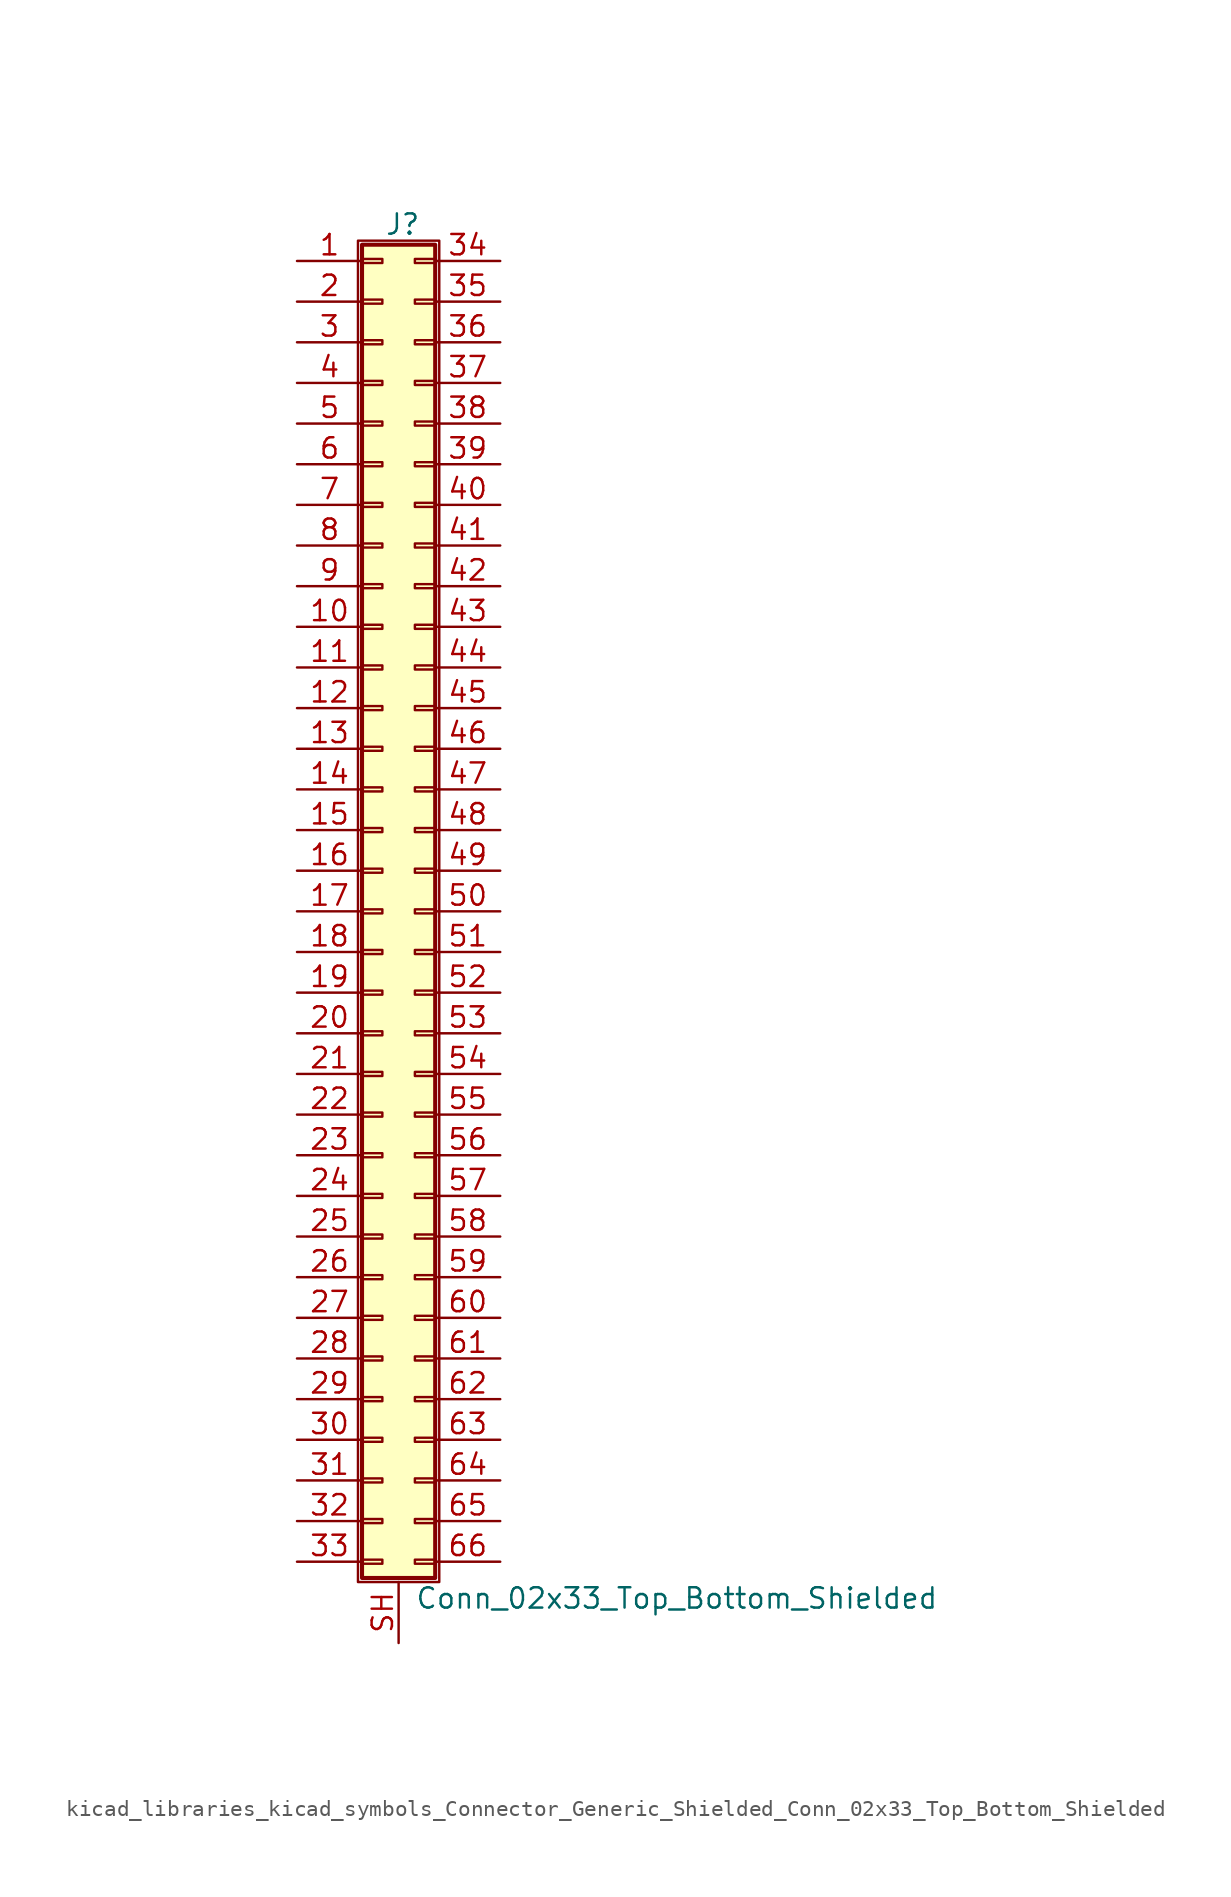
<source format=kicad_sym>
(kicad_symbol_lib
  (version 20220914)
  (generator kicad_symbol_editor)
  (symbol "kicad_libraries_kicad_symbols_Connector_Generic_Shielded_Conn_02x33_Top_Bottom_Shielded"
    (pin_names
      (offset 1.016) hide)
    (property "Reference" "J"
      (at 1.524 42.926 0)
      (effects (font (size 1.27 1.27))))
    (property "Value" "Conn_02x33_Top_Bottom_Shielded"
      (at 2.286 -42.926 0)
      (effects (font (size 1.27 1.27)) (justify left)))
    (symbol "kicad_libraries_kicad_symbols_Connector_Generic_Shielded_Conn_02x33_Top_Bottom_Shielded_1_1"
      (rectangle (start -1.27 41.91) (end 3.81 -41.91) (stroke (width 0.152) (type default)) (fill (type none)))
      (rectangle (start -1.016 -40.513) (end 0.254 -40.767) (stroke (width 0.152) (type default)) (fill (type none)))
      (rectangle (start -1.016 -37.973) (end 0.254 -38.227) (stroke (width 0.152) (type default)) (fill (type none)))
      (rectangle (start -1.016 -35.433) (end 0.254 -35.687) (stroke (width 0.152) (type default)) (fill (type none)))
      (rectangle (start -1.016 -32.893) (end 0.254 -33.147) (stroke (width 0.152) (type default)) (fill (type none)))
      (rectangle (start -1.016 -30.353) (end 0.254 -30.607) (stroke (width 0.152) (type default)) (fill (type none)))
      (rectangle (start -1.016 -27.813) (end 0.254 -28.067) (stroke (width 0.152) (type default)) (fill (type none)))
      (rectangle (start -1.016 -25.273) (end 0.254 -25.527) (stroke (width 0.152) (type default)) (fill (type none)))
      (rectangle (start -1.016 -22.733) (end 0.254 -22.987) (stroke (width 0.152) (type default)) (fill (type none)))
      (rectangle (start -1.016 -20.193) (end 0.254 -20.447) (stroke (width 0.152) (type default)) (fill (type none)))
      (rectangle (start -1.016 -17.653) (end 0.254 -17.907) (stroke (width 0.152) (type default)) (fill (type none)))
      (rectangle (start -1.016 -15.113) (end 0.254 -15.367) (stroke (width 0.152) (type default)) (fill (type none)))
      (rectangle (start -1.016 -12.573) (end 0.254 -12.827) (stroke (width 0.152) (type default)) (fill (type none)))
      (rectangle (start -1.016 -10.033) (end 0.254 -10.287) (stroke (width 0.152) (type default)) (fill (type none)))
      (rectangle (start -1.016 -7.493) (end 0.254 -7.747) (stroke (width 0.152) (type default)) (fill (type none)))
      (rectangle (start -1.016 -4.953) (end 0.254 -5.207) (stroke (width 0.152) (type default)) (fill (type none)))
      (rectangle (start -1.016 -2.413) (end 0.254 -2.667) (stroke (width 0.152) (type default)) (fill (type none)))
      (rectangle (start -1.016 0.127) (end 0.254 -0.127) (stroke (width 0.152) (type default)) (fill (type none)))
      (rectangle (start -1.016 2.667) (end 0.254 2.413) (stroke (width 0.152) (type default)) (fill (type none)))
      (rectangle (start -1.016 5.207) (end 0.254 4.953) (stroke (width 0.152) (type default)) (fill (type none)))
      (rectangle (start -1.016 7.747) (end 0.254 7.493) (stroke (width 0.152) (type default)) (fill (type none)))
      (rectangle (start -1.016 10.287) (end 0.254 10.033) (stroke (width 0.152) (type default)) (fill (type none)))
      (rectangle (start -1.016 12.827) (end 0.254 12.573) (stroke (width 0.152) (type default)) (fill (type none)))
      (rectangle (start -1.016 15.367) (end 0.254 15.113) (stroke (width 0.152) (type default)) (fill (type none)))
      (rectangle (start -1.016 17.907) (end 0.254 17.653) (stroke (width 0.152) (type default)) (fill (type none)))
      (rectangle (start -1.016 20.447) (end 0.254 20.193) (stroke (width 0.152) (type default)) (fill (type none)))
      (rectangle (start -1.016 22.987) (end 0.254 22.733) (stroke (width 0.152) (type default)) (fill (type none)))
      (rectangle (start -1.016 25.527) (end 0.254 25.273) (stroke (width 0.152) (type default)) (fill (type none)))
      (rectangle (start -1.016 28.067) (end 0.254 27.813) (stroke (width 0.152) (type default)) (fill (type none)))
      (rectangle (start -1.016 30.607) (end 0.254 30.353) (stroke (width 0.152) (type default)) (fill (type none)))
      (rectangle (start -1.016 33.147) (end 0.254 32.893) (stroke (width 0.152) (type default)) (fill (type none)))
      (rectangle (start -1.016 35.687) (end 0.254 35.433) (stroke (width 0.152) (type default)) (fill (type none)))
      (rectangle (start -1.016 38.227) (end 0.254 37.973) (stroke (width 0.152) (type default)) (fill (type none)))
      (rectangle (start -1.016 40.767) (end 0.254 40.513) (stroke (width 0.152) (type default)) (fill (type none)))
      (rectangle (start -1.016 41.656) (end 3.556 -41.656) (stroke (width 0.254) (type default)) (fill (type background)))
      (rectangle (start 3.556 -40.513) (end 2.286 -40.767) (stroke (width 0.152) (type default)) (fill (type none)))
      (rectangle (start 3.556 -37.973) (end 2.286 -38.227) (stroke (width 0.152) (type default)) (fill (type none)))
      (rectangle (start 3.556 -35.433) (end 2.286 -35.687) (stroke (width 0.152) (type default)) (fill (type none)))
      (rectangle (start 3.556 -32.893) (end 2.286 -33.147) (stroke (width 0.152) (type default)) (fill (type none)))
      (rectangle (start 3.556 -30.353) (end 2.286 -30.607) (stroke (width 0.152) (type default)) (fill (type none)))
      (rectangle (start 3.556 -27.813) (end 2.286 -28.067) (stroke (width 0.152) (type default)) (fill (type none)))
      (rectangle (start 3.556 -25.273) (end 2.286 -25.527) (stroke (width 0.152) (type default)) (fill (type none)))
      (rectangle (start 3.556 -22.733) (end 2.286 -22.987) (stroke (width 0.152) (type default)) (fill (type none)))
      (rectangle (start 3.556 -20.193) (end 2.286 -20.447) (stroke (width 0.152) (type default)) (fill (type none)))
      (rectangle (start 3.556 -17.653) (end 2.286 -17.907) (stroke (width 0.152) (type default)) (fill (type none)))
      (rectangle (start 3.556 -15.113) (end 2.286 -15.367) (stroke (width 0.152) (type default)) (fill (type none)))
      (rectangle (start 3.556 -12.573) (end 2.286 -12.827) (stroke (width 0.152) (type default)) (fill (type none)))
      (rectangle (start 3.556 -10.033) (end 2.286 -10.287) (stroke (width 0.152) (type default)) (fill (type none)))
      (rectangle (start 3.556 -7.493) (end 2.286 -7.747) (stroke (width 0.152) (type default)) (fill (type none)))
      (rectangle (start 3.556 -4.953) (end 2.286 -5.207) (stroke (width 0.152) (type default)) (fill (type none)))
      (rectangle (start 3.556 -2.413) (end 2.286 -2.667) (stroke (width 0.152) (type default)) (fill (type none)))
      (rectangle (start 3.556 0.127) (end 2.286 -0.127) (stroke (width 0.152) (type default)) (fill (type none)))
      (rectangle (start 3.556 2.667) (end 2.286 2.413) (stroke (width 0.152) (type default)) (fill (type none)))
      (rectangle (start 3.556 5.207) (end 2.286 4.953) (stroke (width 0.152) (type default)) (fill (type none)))
      (rectangle (start 3.556 7.747) (end 2.286 7.493) (stroke (width 0.152) (type default)) (fill (type none)))
      (rectangle (start 3.556 10.287) (end 2.286 10.033) (stroke (width 0.152) (type default)) (fill (type none)))
      (rectangle (start 3.556 12.827) (end 2.286 12.573) (stroke (width 0.152) (type default)) (fill (type none)))
      (rectangle (start 3.556 15.367) (end 2.286 15.113) (stroke (width 0.152) (type default)) (fill (type none)))
      (rectangle (start 3.556 17.907) (end 2.286 17.653) (stroke (width 0.152) (type default)) (fill (type none)))
      (rectangle (start 3.556 20.447) (end 2.286 20.193) (stroke (width 0.152) (type default)) (fill (type none)))
      (rectangle (start 3.556 22.987) (end 2.286 22.733) (stroke (width 0.152) (type default)) (fill (type none)))
      (rectangle (start 3.556 25.527) (end 2.286 25.273) (stroke (width 0.152) (type default)) (fill (type none)))
      (rectangle (start 3.556 28.067) (end 2.286 27.813) (stroke (width 0.152) (type default)) (fill (type none)))
      (rectangle (start 3.556 30.607) (end 2.286 30.353) (stroke (width 0.152) (type default)) (fill (type none)))
      (rectangle (start 3.556 33.147) (end 2.286 32.893) (stroke (width 0.152) (type default)) (fill (type none)))
      (rectangle (start 3.556 35.687) (end 2.286 35.433) (stroke (width 0.152) (type default)) (fill (type none)))
      (rectangle (start 3.556 38.227) (end 2.286 37.973) (stroke (width 0.152) (type default)) (fill (type none)))
      (rectangle (start 3.556 40.767) (end 2.286 40.513) (stroke (width 0.152) (type default)) (fill (type none)))
      (pin passive line (at -5.08 40.64 0) (length 4.064) (name "Pin_1" (effects (font (size 1.27 1.27)))) (number "1" (effects (font (size 1.27 1.27)))))
      (pin passive line (at -5.08 17.78 0) (length 4.064) (name "Pin_10" (effects (font (size 1.27 1.27)))) (number "10" (effects (font (size 1.27 1.27)))))
      (pin passive line (at -5.08 15.24 0) (length 4.064) (name "Pin_11" (effects (font (size 1.27 1.27)))) (number "11" (effects (font (size 1.27 1.27)))))
      (pin passive line (at -5.08 12.7 0) (length 4.064) (name "Pin_12" (effects (font (size 1.27 1.27)))) (number "12" (effects (font (size 1.27 1.27)))))
      (pin passive line (at -5.08 10.16 0) (length 4.064) (name "Pin_13" (effects (font (size 1.27 1.27)))) (number "13" (effects (font (size 1.27 1.27)))))
      (pin passive line (at -5.08 7.62 0) (length 4.064) (name "Pin_14" (effects (font (size 1.27 1.27)))) (number "14" (effects (font (size 1.27 1.27)))))
      (pin passive line (at -5.08 5.08 0) (length 4.064) (name "Pin_15" (effects (font (size 1.27 1.27)))) (number "15" (effects (font (size 1.27 1.27)))))
      (pin passive line (at -5.08 2.54 0) (length 4.064) (name "Pin_16" (effects (font (size 1.27 1.27)))) (number "16" (effects (font (size 1.27 1.27)))))
      (pin passive line (at -5.08 0 0) (length 4.064) (name "Pin_17" (effects (font (size 1.27 1.27)))) (number "17" (effects (font (size 1.27 1.27)))))
      (pin passive line (at -5.08 -2.54 0) (length 4.064) (name "Pin_18" (effects (font (size 1.27 1.27)))) (number "18" (effects (font (size 1.27 1.27)))))
      (pin passive line (at -5.08 -5.08 0) (length 4.064) (name "Pin_19" (effects (font (size 1.27 1.27)))) (number "19" (effects (font (size 1.27 1.27)))))
      (pin passive line (at -5.08 38.1 0) (length 4.064) (name "Pin_2" (effects (font (size 1.27 1.27)))) (number "2" (effects (font (size 1.27 1.27)))))
      (pin passive line (at -5.08 -7.62 0) (length 4.064) (name "Pin_20" (effects (font (size 1.27 1.27)))) (number "20" (effects (font (size 1.27 1.27)))))
      (pin passive line (at -5.08 -10.16 0) (length 4.064) (name "Pin_21" (effects (font (size 1.27 1.27)))) (number "21" (effects (font (size 1.27 1.27)))))
      (pin passive line (at -5.08 -12.7 0) (length 4.064) (name "Pin_22" (effects (font (size 1.27 1.27)))) (number "22" (effects (font (size 1.27 1.27)))))
      (pin passive line (at -5.08 -15.24 0) (length 4.064) (name "Pin_23" (effects (font (size 1.27 1.27)))) (number "23" (effects (font (size 1.27 1.27)))))
      (pin passive line (at -5.08 -17.78 0) (length 4.064) (name "Pin_24" (effects (font (size 1.27 1.27)))) (number "24" (effects (font (size 1.27 1.27)))))
      (pin passive line (at -5.08 -20.32 0) (length 4.064) (name "Pin_25" (effects (font (size 1.27 1.27)))) (number "25" (effects (font (size 1.27 1.27)))))
      (pin passive line (at -5.08 -22.86 0) (length 4.064) (name "Pin_26" (effects (font (size 1.27 1.27)))) (number "26" (effects (font (size 1.27 1.27)))))
      (pin passive line (at -5.08 -25.4 0) (length 4.064) (name "Pin_27" (effects (font (size 1.27 1.27)))) (number "27" (effects (font (size 1.27 1.27)))))
      (pin passive line (at -5.08 -27.94 0) (length 4.064) (name "Pin_28" (effects (font (size 1.27 1.27)))) (number "28" (effects (font (size 1.27 1.27)))))
      (pin passive line (at -5.08 -30.48 0) (length 4.064) (name "Pin_29" (effects (font (size 1.27 1.27)))) (number "29" (effects (font (size 1.27 1.27)))))
      (pin passive line (at -5.08 35.56 0) (length 4.064) (name "Pin_3" (effects (font (size 1.27 1.27)))) (number "3" (effects (font (size 1.27 1.27)))))
      (pin passive line (at -5.08 -33.02 0) (length 4.064) (name "Pin_30" (effects (font (size 1.27 1.27)))) (number "30" (effects (font (size 1.27 1.27)))))
      (pin passive line (at -5.08 -35.56 0) (length 4.064) (name "Pin_31" (effects (font (size 1.27 1.27)))) (number "31" (effects (font (size 1.27 1.27)))))
      (pin passive line (at -5.08 -38.1 0) (length 4.064) (name "Pin_32" (effects (font (size 1.27 1.27)))) (number "32" (effects (font (size 1.27 1.27)))))
      (pin passive line (at -5.08 -40.64 0) (length 4.064) (name "Pin_33" (effects (font (size 1.27 1.27)))) (number "33" (effects (font (size 1.27 1.27)))))
      (pin passive line (at 7.62 40.64 180) (length 4.064) (name "Pin_34" (effects (font (size 1.27 1.27)))) (number "34" (effects (font (size 1.27 1.27)))))
      (pin passive line (at 7.62 38.1 180) (length 4.064) (name "Pin_35" (effects (font (size 1.27 1.27)))) (number "35" (effects (font (size 1.27 1.27)))))
      (pin passive line (at 7.62 35.56 180) (length 4.064) (name "Pin_36" (effects (font (size 1.27 1.27)))) (number "36" (effects (font (size 1.27 1.27)))))
      (pin passive line (at 7.62 33.02 180) (length 4.064) (name "Pin_37" (effects (font (size 1.27 1.27)))) (number "37" (effects (font (size 1.27 1.27)))))
      (pin passive line (at 7.62 30.48 180) (length 4.064) (name "Pin_38" (effects (font (size 1.27 1.27)))) (number "38" (effects (font (size 1.27 1.27)))))
      (pin passive line (at 7.62 27.94 180) (length 4.064) (name "Pin_39" (effects (font (size 1.27 1.27)))) (number "39" (effects (font (size 1.27 1.27)))))
      (pin passive line (at -5.08 33.02 0) (length 4.064) (name "Pin_4" (effects (font (size 1.27 1.27)))) (number "4" (effects (font (size 1.27 1.27)))))
      (pin passive line (at 7.62 25.4 180) (length 4.064) (name "Pin_40" (effects (font (size 1.27 1.27)))) (number "40" (effects (font (size 1.27 1.27)))))
      (pin passive line (at 7.62 22.86 180) (length 4.064) (name "Pin_41" (effects (font (size 1.27 1.27)))) (number "41" (effects (font (size 1.27 1.27)))))
      (pin passive line (at 7.62 20.32 180) (length 4.064) (name "Pin_42" (effects (font (size 1.27 1.27)))) (number "42" (effects (font (size 1.27 1.27)))))
      (pin passive line (at 7.62 17.78 180) (length 4.064) (name "Pin_43" (effects (font (size 1.27 1.27)))) (number "43" (effects (font (size 1.27 1.27)))))
      (pin passive line (at 7.62 15.24 180) (length 4.064) (name "Pin_44" (effects (font (size 1.27 1.27)))) (number "44" (effects (font (size 1.27 1.27)))))
      (pin passive line (at 7.62 12.7 180) (length 4.064) (name "Pin_45" (effects (font (size 1.27 1.27)))) (number "45" (effects (font (size 1.27 1.27)))))
      (pin passive line (at 7.62 10.16 180) (length 4.064) (name "Pin_46" (effects (font (size 1.27 1.27)))) (number "46" (effects (font (size 1.27 1.27)))))
      (pin passive line (at 7.62 7.62 180) (length 4.064) (name "Pin_47" (effects (font (size 1.27 1.27)))) (number "47" (effects (font (size 1.27 1.27)))))
      (pin passive line (at 7.62 5.08 180) (length 4.064) (name "Pin_48" (effects (font (size 1.27 1.27)))) (number "48" (effects (font (size 1.27 1.27)))))
      (pin passive line (at 7.62 2.54 180) (length 4.064) (name "Pin_49" (effects (font (size 1.27 1.27)))) (number "49" (effects (font (size 1.27 1.27)))))
      (pin passive line (at -5.08 30.48 0) (length 4.064) (name "Pin_5" (effects (font (size 1.27 1.27)))) (number "5" (effects (font (size 1.27 1.27)))))
      (pin passive line (at 7.62 0 180) (length 4.064) (name "Pin_50" (effects (font (size 1.27 1.27)))) (number "50" (effects (font (size 1.27 1.27)))))
      (pin passive line (at 7.62 -2.54 180) (length 4.064) (name "Pin_51" (effects (font (size 1.27 1.27)))) (number "51" (effects (font (size 1.27 1.27)))))
      (pin passive line (at 7.62 -5.08 180) (length 4.064) (name "Pin_52" (effects (font (size 1.27 1.27)))) (number "52" (effects (font (size 1.27 1.27)))))
      (pin passive line (at 7.62 -7.62 180) (length 4.064) (name "Pin_53" (effects (font (size 1.27 1.27)))) (number "53" (effects (font (size 1.27 1.27)))))
      (pin passive line (at 7.62 -10.16 180) (length 4.064) (name "Pin_54" (effects (font (size 1.27 1.27)))) (number "54" (effects (font (size 1.27 1.27)))))
      (pin passive line (at 7.62 -12.7 180) (length 4.064) (name "Pin_55" (effects (font (size 1.27 1.27)))) (number "55" (effects (font (size 1.27 1.27)))))
      (pin passive line (at 7.62 -15.24 180) (length 4.064) (name "Pin_56" (effects (font (size 1.27 1.27)))) (number "56" (effects (font (size 1.27 1.27)))))
      (pin passive line (at 7.62 -17.78 180) (length 4.064) (name "Pin_57" (effects (font (size 1.27 1.27)))) (number "57" (effects (font (size 1.27 1.27)))))
      (pin passive line (at 7.62 -20.32 180) (length 4.064) (name "Pin_58" (effects (font (size 1.27 1.27)))) (number "58" (effects (font (size 1.27 1.27)))))
      (pin passive line (at 7.62 -22.86 180) (length 4.064) (name "Pin_59" (effects (font (size 1.27 1.27)))) (number "59" (effects (font (size 1.27 1.27)))))
      (pin passive line (at -5.08 27.94 0) (length 4.064) (name "Pin_6" (effects (font (size 1.27 1.27)))) (number "6" (effects (font (size 1.27 1.27)))))
      (pin passive line (at 7.62 -25.4 180) (length 4.064) (name "Pin_60" (effects (font (size 1.27 1.27)))) (number "60" (effects (font (size 1.27 1.27)))))
      (pin passive line (at 7.62 -27.94 180) (length 4.064) (name "Pin_61" (effects (font (size 1.27 1.27)))) (number "61" (effects (font (size 1.27 1.27)))))
      (pin passive line (at 7.62 -30.48 180) (length 4.064) (name "Pin_62" (effects (font (size 1.27 1.27)))) (number "62" (effects (font (size 1.27 1.27)))))
      (pin passive line (at 7.62 -33.02 180) (length 4.064) (name "Pin_63" (effects (font (size 1.27 1.27)))) (number "63" (effects (font (size 1.27 1.27)))))
      (pin passive line (at 7.62 -35.56 180) (length 4.064) (name "Pin_64" (effects (font (size 1.27 1.27)))) (number "64" (effects (font (size 1.27 1.27)))))
      (pin passive line (at 7.62 -38.1 180) (length 4.064) (name "Pin_65" (effects (font (size 1.27 1.27)))) (number "65" (effects (font (size 1.27 1.27)))))
      (pin passive line (at 7.62 -40.64 180) (length 4.064) (name "Pin_66" (effects (font (size 1.27 1.27)))) (number "66" (effects (font (size 1.27 1.27)))))
      (pin passive line (at -5.08 25.4 0) (length 4.064) (name "Pin_7" (effects (font (size 1.27 1.27)))) (number "7" (effects (font (size 1.27 1.27)))))
      (pin passive line (at -5.08 22.86 0) (length 4.064) (name "Pin_8" (effects (font (size 1.27 1.27)))) (number "8" (effects (font (size 1.27 1.27)))))
      (pin passive line (at -5.08 20.32 0) (length 4.064) (name "Pin_9" (effects (font (size 1.27 1.27)))) (number "9" (effects (font (size 1.27 1.27)))))
      (pin passive line (at 1.27 -45.72 90) (length 3.81) (name "Shield" (effects (font (size 1.27 1.27)))) (number "SH" (effects (font (size 1.27 1.27))))))))
</source>
